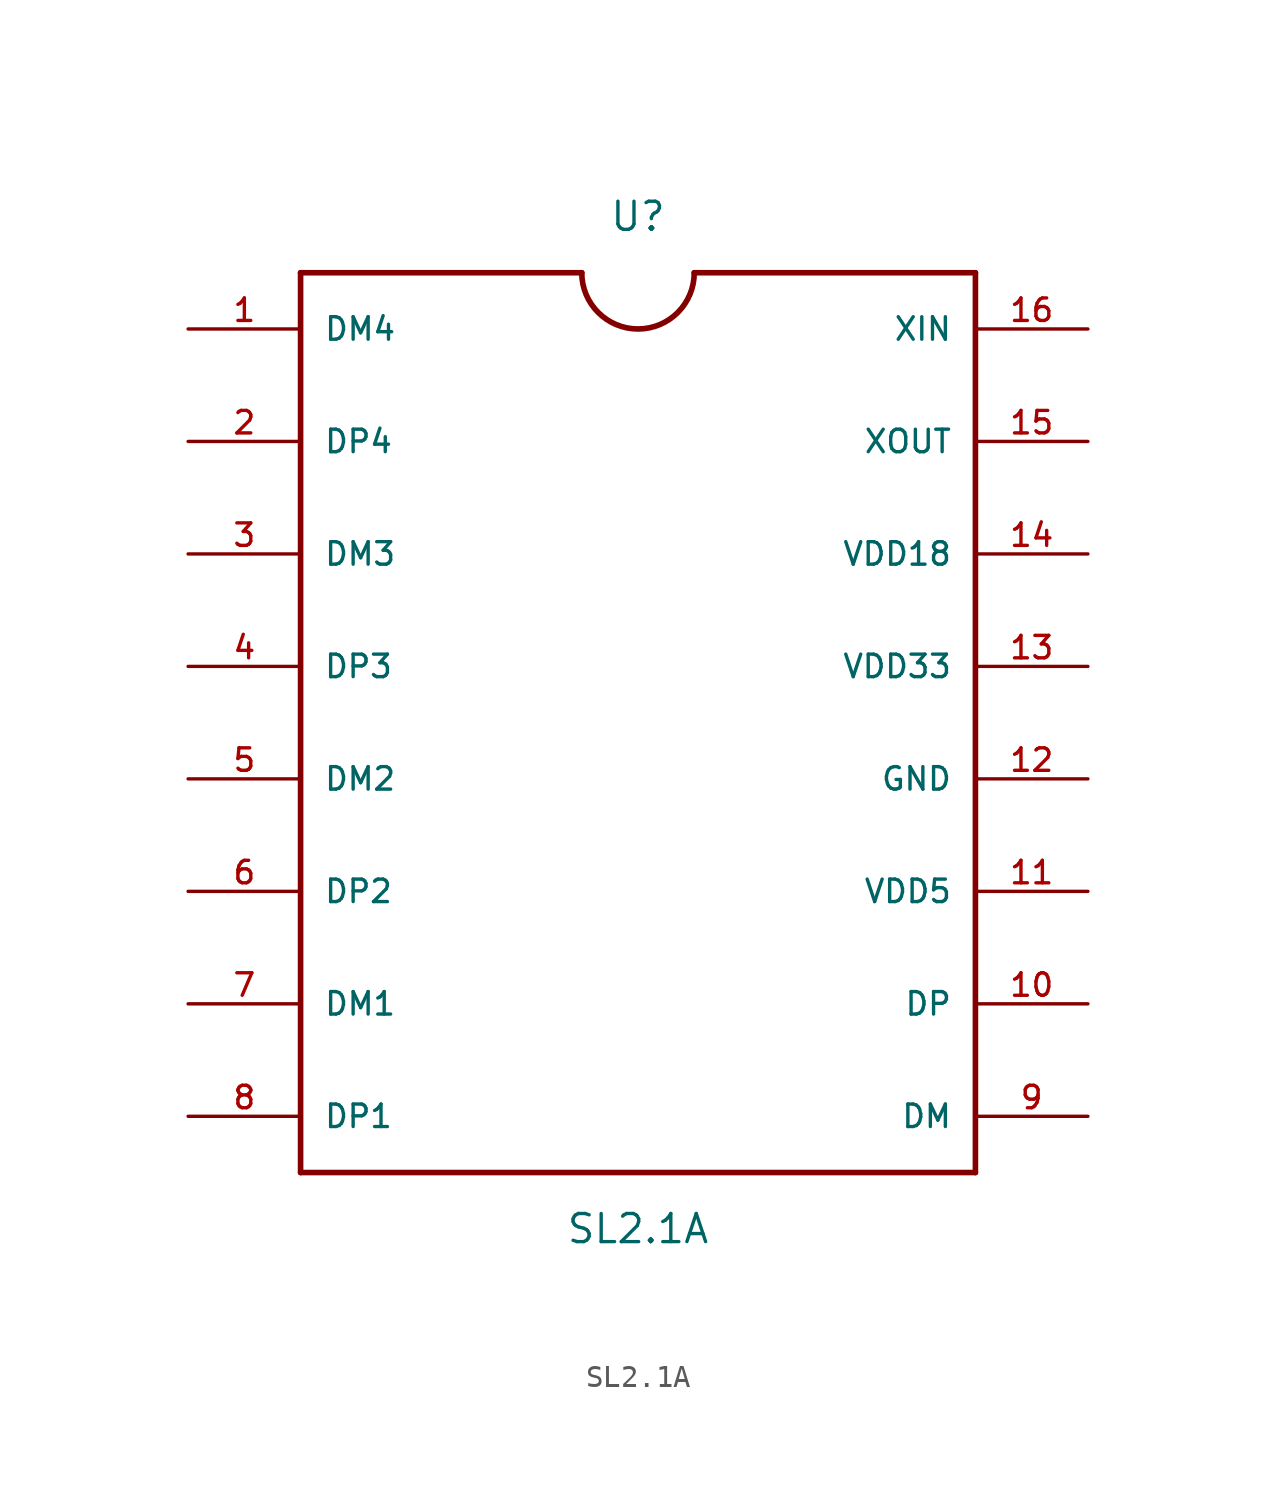
<source format=kicad_sym>
(kicad_symbol_lib
  (version 20231120)
  (generator "kicad_symbol_editor")
  (generator_version "8.0")
  (symbol "SL2.1A"
    (pin_names
      (offset 1.016))
    (property "Reference" "U"
      (at 0 22.86 0)
      (effects (font (size 1.27 1.27))))
    (property "Value" "SL2.1A"
      (at 0 -22.86 0)
      (effects (font (size 1.27 1.27))))
    (symbol "SL2.1A_0_0"
      (arc (start -2.54 20.32) (mid 0 17.791) (end 2.54 20.32) (stroke (width 0.254) (type default)) (fill (type none)))
      (polyline (pts (xy -15.24 -20.32) (xy 15.24 -20.32)) (stroke (width 0.254) (type default)) (fill (type none)))
      (polyline (pts (xy -15.24 20.32) (xy -15.24 -20.32)) (stroke (width 0.254) (type default)) (fill (type none)))
      (polyline (pts (xy -2.54 20.32) (xy -15.24 20.32)) (stroke (width 0.254) (type default)) (fill (type none)))
      (polyline (pts (xy 15.24 -20.32) (xy 15.24 20.32)) (stroke (width 0.254) (type default)) (fill (type none)))
      (polyline (pts (xy 15.24 20.32) (xy 2.54 20.32)) (stroke (width 0.254) (type default)) (fill (type none)))
      (pin bidirectional line (at -20.32 17.78 0) (length 5.08) (name "DM4" (effects (font (size 1.016 1.016)))) (number "1" (effects (font (size 1.016 1.016)))))
      (pin bidirectional line (at 20.32 -12.7 180) (length 5.08) (name "DP" (effects (font (size 1.016 1.016)))) (number "10" (effects (font (size 1.016 1.016)))))
      (pin bidirectional line (at 20.32 -7.62 180) (length 5.08) (name "VDD5" (effects (font (size 1.016 1.016)))) (number "11" (effects (font (size 1.016 1.016)))))
      (pin bidirectional line (at 20.32 -2.54 180) (length 5.08) (name "GND" (effects (font (size 1.016 1.016)))) (number "12" (effects (font (size 1.016 1.016)))))
      (pin bidirectional line (at 20.32 2.54 180) (length 5.08) (name "VDD33" (effects (font (size 1.016 1.016)))) (number "13" (effects (font (size 1.016 1.016)))))
      (pin bidirectional line (at 20.32 7.62 180) (length 5.08) (name "VDD18" (effects (font (size 1.016 1.016)))) (number "14" (effects (font (size 1.016 1.016)))))
      (pin bidirectional line (at 20.32 12.7 180) (length 5.08) (name "XOUT" (effects (font (size 1.016 1.016)))) (number "15" (effects (font (size 1.016 1.016)))))
      (pin bidirectional line (at 20.32 17.78 180) (length 5.08) (name "XIN" (effects (font (size 1.016 1.016)))) (number "16" (effects (font (size 1.016 1.016)))))
      (pin bidirectional line (at -20.32 12.7 0) (length 5.08) (name "DP4" (effects (font (size 1.016 1.016)))) (number "2" (effects (font (size 1.016 1.016)))))
      (pin bidirectional line (at -20.32 7.62 0) (length 5.08) (name "DM3" (effects (font (size 1.016 1.016)))) (number "3" (effects (font (size 1.016 1.016)))))
      (pin bidirectional line (at -20.32 2.54 0) (length 5.08) (name "DP3" (effects (font (size 1.016 1.016)))) (number "4" (effects (font (size 1.016 1.016)))))
      (pin bidirectional line (at -20.32 -2.54 0) (length 5.08) (name "DM2" (effects (font (size 1.016 1.016)))) (number "5" (effects (font (size 1.016 1.016)))))
      (pin bidirectional line (at -20.32 -7.62 0) (length 5.08) (name "DP2" (effects (font (size 1.016 1.016)))) (number "6" (effects (font (size 1.016 1.016)))))
      (pin bidirectional line (at -20.32 -12.7 0) (length 5.08) (name "DM1" (effects (font (size 1.016 1.016)))) (number "7" (effects (font (size 1.016 1.016)))))
      (pin bidirectional line (at -20.32 -17.78 0) (length 5.08) (name "DP1" (effects (font (size 1.016 1.016)))) (number "8" (effects (font (size 1.016 1.016)))))
      (pin bidirectional line (at 20.32 -17.78 180) (length 5.08) (name "DM" (effects (font (size 1.016 1.016)))) (number "9" (effects (font (size 1.016 1.016))))))))
</source>
